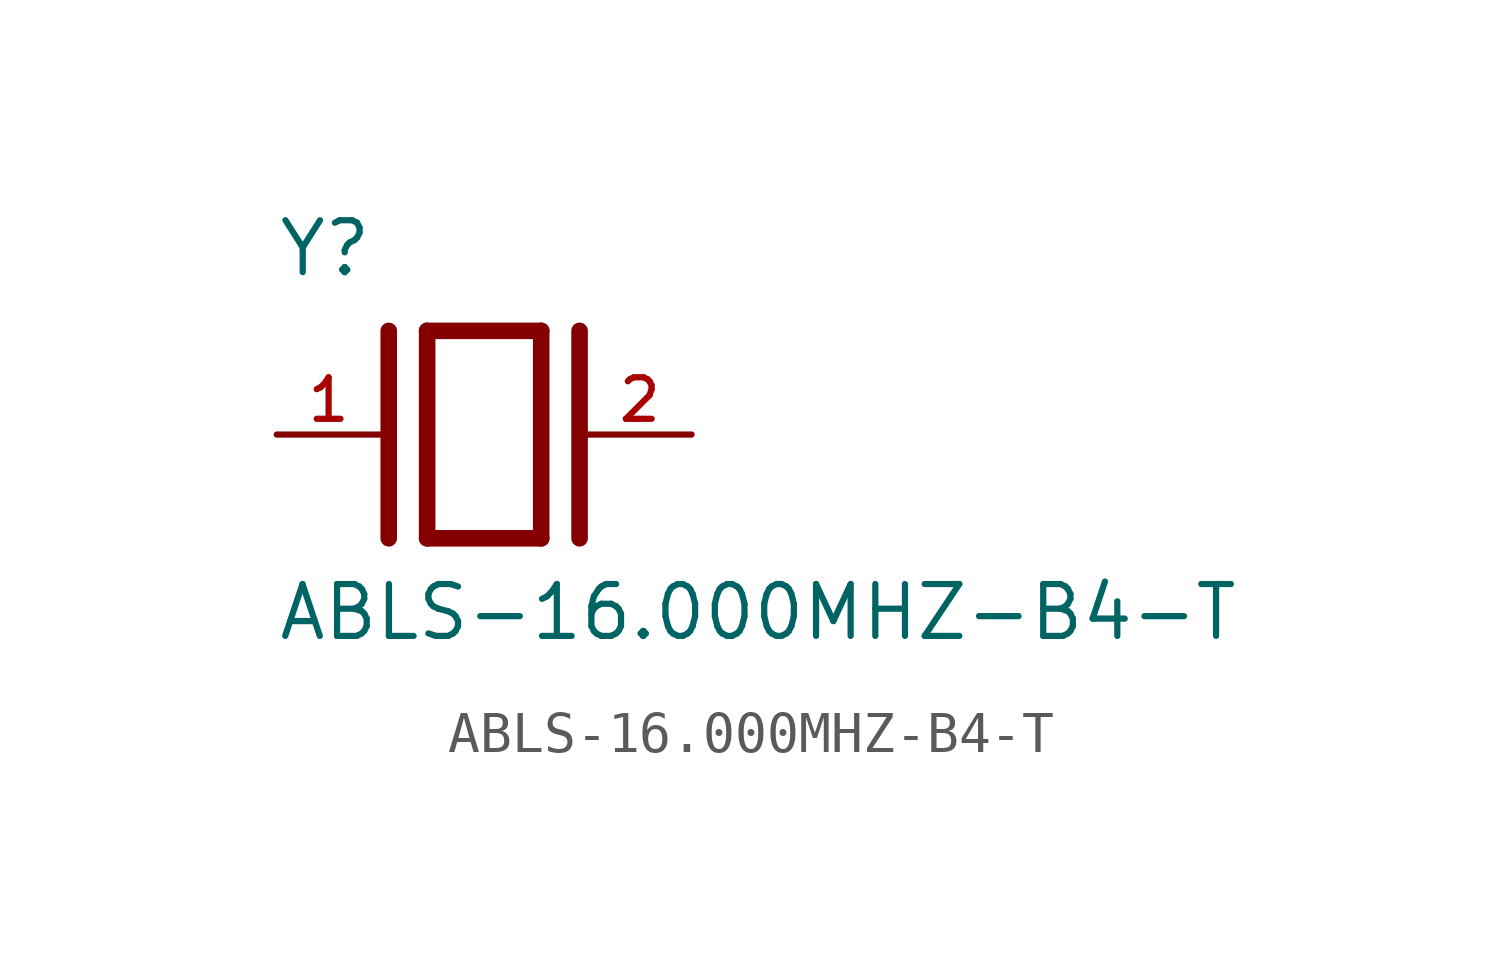
<source format=kicad_sym>
(kicad_symbol_lib
  (version 20211014)
  (generator kicad_symbol_editor)
  (symbol "ABLS-16.000MHZ-B4-T"
    (pin_names
      (offset 1.016))
    (property "Reference" "Y"
      (at -5.088 3.816 0)
      (effects (font (size 1.27 1.27)) (justify bottom left)))
    (property "Value" "ABLS-16.000MHZ-B4-T"
      (at -5.094 -5.094 0)
      (effects (font (size 1.27 1.27)) (justify bottom left)))
    (symbol "ABLS-16.000MHZ-B4-T_0_0"
      (polyline (pts (xy -1.397 2.54) (xy 1.397 2.54)) (stroke (width 0.406)))
      (polyline (pts (xy 1.397 2.54) (xy 1.397 -2.54)) (stroke (width 0.406)))
      (polyline (pts (xy 1.397 -2.54) (xy -1.397 -2.54)) (stroke (width 0.406)))
      (polyline (pts (xy -1.397 2.54) (xy -1.397 -2.54)) (stroke (width 0.406)))
      (polyline (pts (xy 2.337 2.54) (xy 2.337 -2.54)) (stroke (width 0.406)))
      (polyline (pts (xy -2.337 2.54) (xy -2.337 -2.54)) (stroke (width 0.406)))
      (pin passive line (at 5.08 0.0 180.0) (length 2.54) (name "~" (effects (font (size 1.016 1.016)))) (number "2" (effects (font (size 1.016 1.016)))))
      (pin passive line (at -5.08 0.0 0) (length 2.54) (name "~" (effects (font (size 1.016 1.016)))) (number "1" (effects (font (size 1.016 1.016))))))))
</source>
